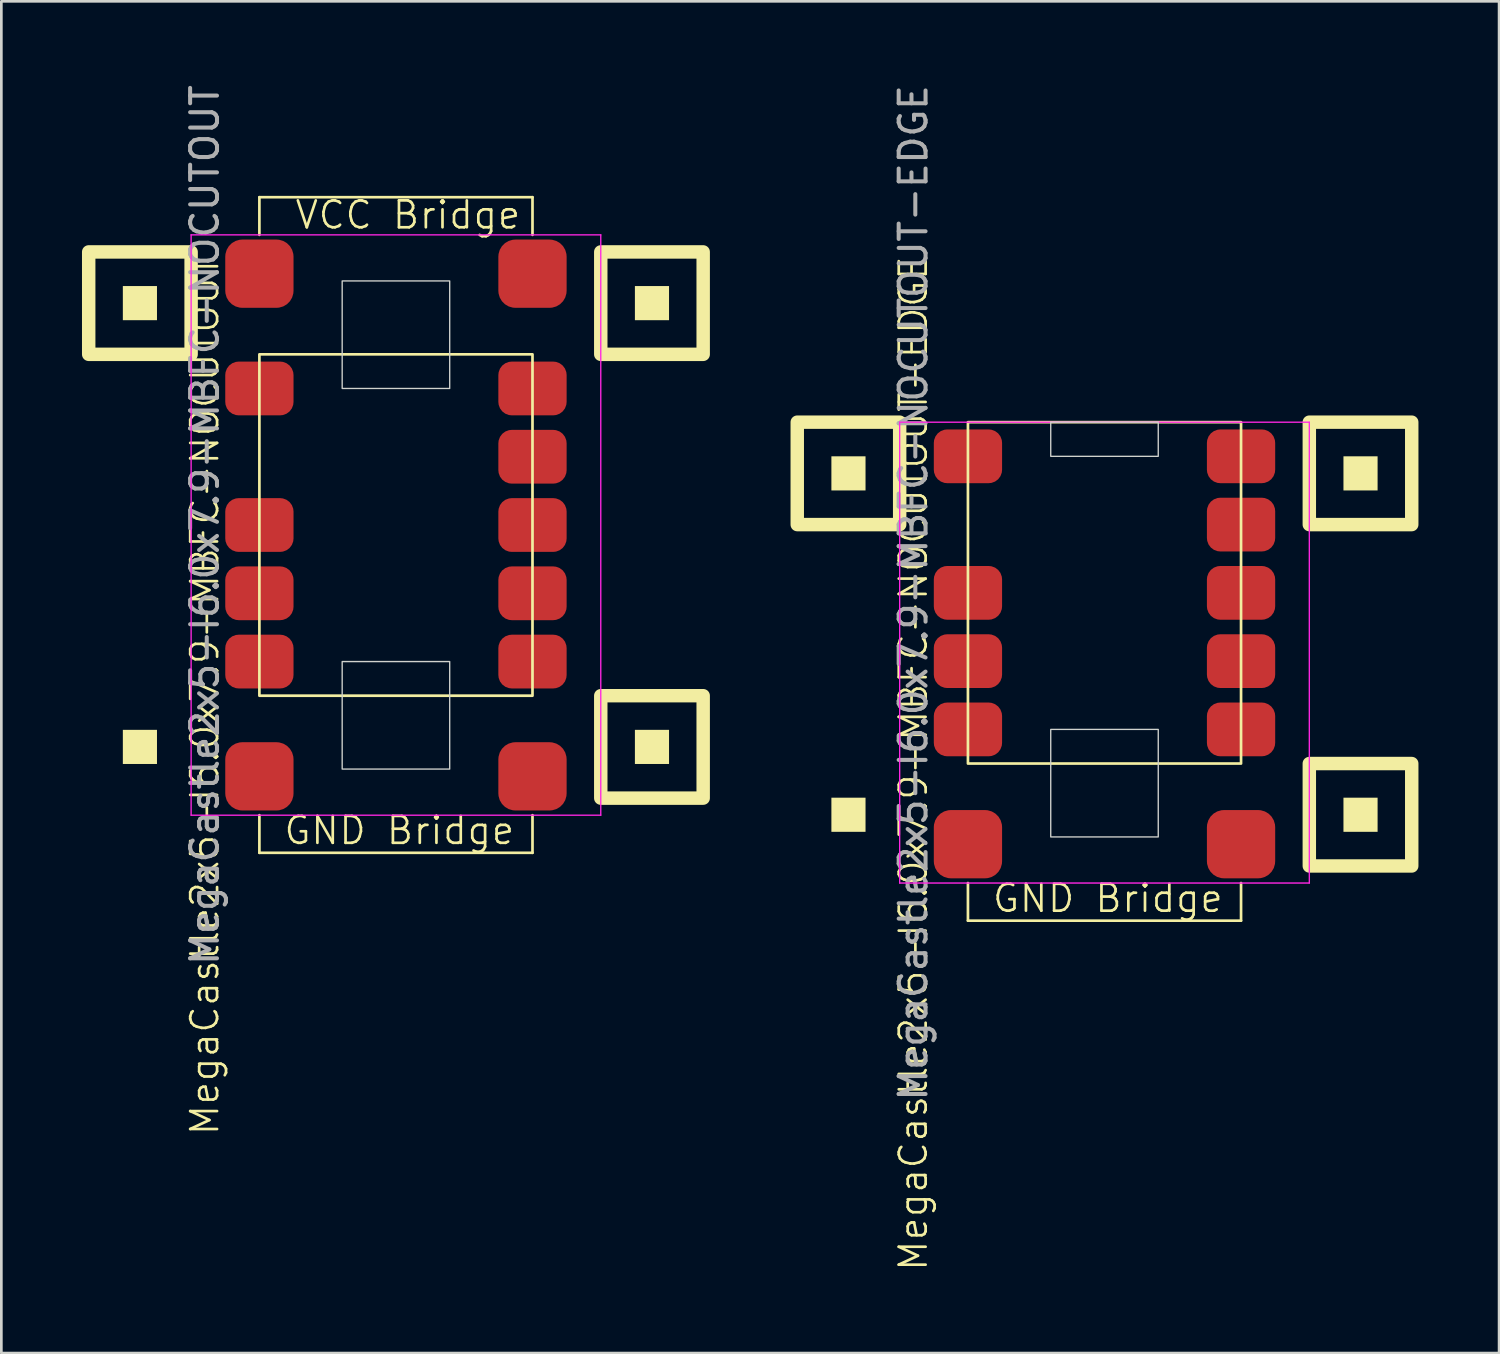
<source format=kicad_pcb>
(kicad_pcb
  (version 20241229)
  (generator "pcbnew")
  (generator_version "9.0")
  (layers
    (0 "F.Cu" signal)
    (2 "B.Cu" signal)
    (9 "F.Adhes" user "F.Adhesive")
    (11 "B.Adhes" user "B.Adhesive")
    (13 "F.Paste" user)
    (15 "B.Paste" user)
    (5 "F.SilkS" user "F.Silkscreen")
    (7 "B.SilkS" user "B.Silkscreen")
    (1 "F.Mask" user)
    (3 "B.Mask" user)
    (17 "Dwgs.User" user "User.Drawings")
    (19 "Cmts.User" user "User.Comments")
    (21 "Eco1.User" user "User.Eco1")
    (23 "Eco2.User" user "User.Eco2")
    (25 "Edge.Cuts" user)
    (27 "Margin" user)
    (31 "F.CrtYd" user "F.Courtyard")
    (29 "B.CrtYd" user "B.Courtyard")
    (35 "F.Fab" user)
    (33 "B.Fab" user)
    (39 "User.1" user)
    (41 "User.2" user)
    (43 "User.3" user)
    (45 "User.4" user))
  (footprint "MegaCastle2x5-I6.0x7.9-MBFC-NOCUTOUT-EDGE"
    (layer "F.Cu")
    (at 38.04 19.006)
    (property "Reference" "MegaCastle2x5-I6.0x7.9-MBFC-NOCUTOUT-EDGE" (at -7.112 6.35 90) (unlocked yes) (layer "F.SilkS") (effects (font (size 1 1) (thickness 0.1))))
    (attr smd)
    (fp_line (start -5.08 10.795) (end -5.08 12.195) (stroke (width 0.1) (type default)) (layer "F.SilkS"))
    (fp_line (start -5.08 12.195) (end 5.08 12.195) (stroke (width 0.1) (type default)) (layer "F.SilkS"))
    (fp_line (start 5.08 10.795) (end 5.08 12.195) (stroke (width 0.1) (type default)) (layer "F.SilkS"))
    (fp_rect (start -8.89 -3.81) (end -10.16 -5.08) (stroke (width 0) (type solid)) (fill yes) (layer "F.SilkS"))
    (fp_rect (start -8.89 8.89) (end -10.16 7.62) (stroke (width 0) (type solid)) (fill yes) (layer "F.SilkS"))
    (fp_rect (start -7.62 -2.54) (end -11.43 -6.35) (stroke (width 0.5) (type default)) (fill no) (layer "F.SilkS"))
    (fp_rect (start -5.08 -6.35) (end 5.08 6.35) (stroke (width 0.1) (type default)) (fill no) (layer "F.SilkS"))
    (fp_rect (start 10.16 -3.81) (end 8.89 -5.08) (stroke (width 0) (type solid)) (fill yes) (layer "F.SilkS"))
    (fp_rect (start 10.16 8.89) (end 8.89 7.62) (stroke (width 0) (type solid)) (fill yes) (layer "F.SilkS"))
    (fp_rect (start 11.43 -2.54) (end 7.62 -6.35) (stroke (width 0.5) (type default)) (fill no) (layer "F.SilkS"))
    (fp_rect (start 11.43 10.16) (end 7.62 6.35) (stroke (width 0.5) (type default)) (fill no) (layer "F.SilkS"))
    (fp_rect (start -2 -5.08) (end 2 -6.35) (stroke (width 0.05) (type default)) (fill no) (layer "Edge.Cuts"))
    (fp_rect (start -2 5.08) (end 2 9.08) (stroke (width 0.05) (type default)) (fill no) (layer "Edge.Cuts"))
    (fp_line (start -7.62 -6.35) (end -7.62 10.795) (stroke (width 0.05) (type default)) (layer "F.CrtYd"))
    (fp_line (start -7.62 10.795) (end 7.62 10.795) (stroke (width 0.05) (type default)) (layer "F.CrtYd"))
    (fp_line (start 7.62 -6.35) (end -7.62 -6.35) (stroke (width 0.05) (type default)) (layer "F.CrtYd"))
    (fp_line (start 7.62 -6.35) (end 7.62 10.795) (stroke (width 0.05) (type default)) (layer "F.CrtYd"))
    (fp_text user "GND Bridge" (at -4.226 11.95 0) (unlocked yes) (layer "F.SilkS") (effects (font (size 1 1) (thickness 0.1)) (justify left bottom)))
    (fp_text user "${REFERENCE}" (at -7.112 0 90) (unlocked yes) (layer "F.Fab") (effects (font (size 1 1) (thickness 0.15))))
    (pad "1" smd roundrect (at -5.08 -5.08) (size 2.54 2) (layers "F.Cu" "F.Mask" "F.Paste") (roundrect_rratio 0.25))
    (pad "3" smd roundrect (at -5.08 0) (size 2.54 2) (layers "F.Cu" "F.Mask" "F.Paste") (roundrect_rratio 0.25))
    (pad "4" smd roundrect (at -5.08 2.54) (size 2.54 2) (layers "F.Cu" "F.Mask" "F.Paste") (roundrect_rratio 0.25))
    (pad "5" smd roundrect (at -5.08 5.08) (size 2.54 2) (layers "F.Cu" "F.Mask" "F.Paste") (roundrect_rratio 0.25))
    (pad "6" smd roundrect (at 5.08 -5.08) (size 2.54 2) (layers "F.Cu" "F.Mask" "F.Paste") (roundrect_rratio 0.25))
    (pad "7" smd roundrect (at 5.08 -2.54) (size 2.54 2) (layers "F.Cu" "F.Mask" "F.Paste") (roundrect_rratio 0.25))
    (pad "8" smd roundrect (at 5.08 0) (size 2.54 2) (layers "F.Cu" "F.Mask" "F.Paste") (roundrect_rratio 0.25))
    (pad "9" smd roundrect (at 5.08 2.54) (size 2.54 2) (layers "F.Cu" "F.Mask" "F.Paste") (roundrect_rratio 0.25))
    (pad "10" smd roundrect (at 5.08 5.08) (size 2.54 2) (layers "F.Cu" "F.Mask" "F.Paste") (roundrect_rratio 0.25))
    (pad "B1" smd roundrect (at -5.08 9.35) (size 2.54 2.54) (layers "F.Cu" "F.Mask" "F.Paste") (roundrect_rratio 0.25))
    (pad "B2" smd roundrect (at 5.08 9.35) (size 2.54 2.54) (layers "F.Cu" "F.Mask" "F.Paste") (roundrect_rratio 0.25)))
  (footprint "MegaCastle2x5-I6.0x7.9-MBFC-NOCUTOUT"
    (layer "F.Cu")
    (at 11.68 16.482)
    (property "Reference" "MegaCastle2x5-I6.0x7.9-MBFC-NOCUTOUT" (at -7.112 6.35 90) (unlocked yes) (layer "F.SilkS") (effects (font (size 1 1) (thickness 0.1))))
    (attr smd)
    (fp_line (start -5.08 -12.195) (end 5.08 -12.195) (stroke (width 0.1) (type default)) (layer "F.SilkS"))
    (fp_line (start -5.08 -10.795) (end -5.08 -12.195) (stroke (width 0.1) (type default)) (layer "F.SilkS"))
    (fp_line (start -5.08 10.795) (end -5.08 12.195) (stroke (width 0.1) (type default)) (layer "F.SilkS"))
    (fp_line (start -5.08 12.195) (end 5.08 12.195) (stroke (width 0.1) (type default)) (layer "F.SilkS"))
    (fp_line (start 5.08 -10.795) (end 5.08 -12.195) (stroke (width 0.1) (type default)) (layer "F.SilkS"))
    (fp_line (start 5.08 10.795) (end 5.08 12.195) (stroke (width 0.1) (type default)) (layer "F.SilkS"))
    (fp_rect (start -8.89 -7.62) (end -10.16 -8.89) (stroke (width 0) (type solid)) (fill yes) (layer "F.SilkS"))
    (fp_rect (start -8.89 8.89) (end -10.16 7.62) (stroke (width 0) (type solid)) (fill yes) (layer "F.SilkS"))
    (fp_rect (start -7.62 -6.35) (end -11.43 -10.16) (stroke (width 0.5) (type default)) (fill no) (layer "F.SilkS"))
    (fp_rect (start -5.08 -6.35) (end 5.08 6.35) (stroke (width 0.1) (type default)) (fill no) (layer "F.SilkS"))
    (fp_rect (start 10.16 -7.62) (end 8.89 -8.89) (stroke (width 0) (type solid)) (fill yes) (layer "F.SilkS"))
    (fp_rect (start 10.16 8.89) (end 8.89 7.62) (stroke (width 0) (type solid)) (fill yes) (layer "F.SilkS"))
    (fp_rect (start 11.43 -6.35) (end 7.62 -10.16) (stroke (width 0.5) (type default)) (fill no) (layer "F.SilkS"))
    (fp_rect (start 11.43 10.16) (end 7.62 6.35) (stroke (width 0.5) (type default)) (fill no) (layer "F.SilkS"))
    (fp_rect (start -2 -5.08) (end 2 -9.08) (stroke (width 0.05) (type default)) (fill no) (layer "Edge.Cuts"))
    (fp_rect (start -2 5.08) (end 2 9.08) (stroke (width 0.05) (type default)) (fill no) (layer "Edge.Cuts"))
    (fp_line (start -7.62 -10.795) (end -7.62 10.795) (stroke (width 0.05) (type default)) (layer "F.CrtYd"))
    (fp_line (start -7.62 10.795) (end 7.62 10.795) (stroke (width 0.05) (type default)) (layer "F.CrtYd"))
    (fp_line (start 7.62 -10.795) (end -7.62 -10.795) (stroke (width 0.05) (type default)) (layer "F.CrtYd"))
    (fp_line (start 7.62 -10.795) (end 7.62 10.795) (stroke (width 0.05) (type default)) (layer "F.CrtYd"))
    (fp_text user "VCC Bridge" (at -3.81 -10.95 0) (unlocked yes) (layer "F.SilkS") (effects (font (size 1 1) (thickness 0.1)) (justify left bottom)))
    (fp_text user "GND Bridge" (at -4.226 11.95 0) (unlocked yes) (layer "F.SilkS") (effects (font (size 1 1) (thickness 0.1)) (justify left bottom)))
    (fp_text user "${REFERENCE}" (at -7.112 0 90) (unlocked yes) (layer "F.Fab") (effects (font (size 1 1) (thickness 0.15))))
    (pad "1" smd roundrect (at -5.08 -5.08) (size 2.54 2) (layers "F.Cu" "F.Mask" "F.Paste") (roundrect_rratio 0.25))
    (pad "3" smd roundrect (at -5.08 0) (size 2.54 2) (layers "F.Cu" "F.Mask" "F.Paste") (roundrect_rratio 0.25))
    (pad "4" smd roundrect (at -5.08 2.54) (size 2.54 2) (layers "F.Cu" "F.Mask" "F.Paste") (roundrect_rratio 0.25))
    (pad "5" smd roundrect (at -5.08 5.08) (size 2.54 2) (layers "F.Cu" "F.Mask" "F.Paste") (roundrect_rratio 0.25))
    (pad "6" smd roundrect (at 5.08 -5.08) (size 2.54 2) (layers "F.Cu" "F.Mask" "F.Paste") (roundrect_rratio 0.25))
    (pad "7" smd roundrect (at 5.08 -2.54) (size 2.54 2) (layers "F.Cu" "F.Mask" "F.Paste") (roundrect_rratio 0.25))
    (pad "8" smd roundrect (at 5.08 0) (size 2.54 2) (layers "F.Cu" "F.Mask" "F.Paste") (roundrect_rratio 0.25))
    (pad "9" smd roundrect (at 5.08 2.54) (size 2.54 2) (layers "F.Cu" "F.Mask" "F.Paste") (roundrect_rratio 0.25))
    (pad "10" smd roundrect (at 5.08 5.08) (size 2.54 2) (layers "F.Cu" "F.Mask" "F.Paste") (roundrect_rratio 0.25))
    (pad "A1" smd roundrect (at -5.08 -9.35) (size 2.54 2.54) (layers "F.Cu" "F.Mask" "F.Paste") (roundrect_rratio 0.25))
    (pad "A2" smd roundrect (at 5.08 -9.35) (size 2.54 2.54) (layers "F.Cu" "F.Mask" "F.Paste") (roundrect_rratio 0.25))
    (pad "B1" smd roundrect (at -5.08 9.35) (size 2.54 2.54) (layers "F.Cu" "F.Mask" "F.Paste") (roundrect_rratio 0.25))
    (pad "B2" smd roundrect (at 5.08 9.35) (size 2.54 2.54) (layers "F.Cu" "F.Mask" "F.Paste") (roundrect_rratio 0.25)))
  (gr_rect
    (start -3 -3)
    (end 52.72 47.287)
    (stroke (width 0.1) (type default))
    (fill no)
    (layer "Edge.Cuts")))
</source>
